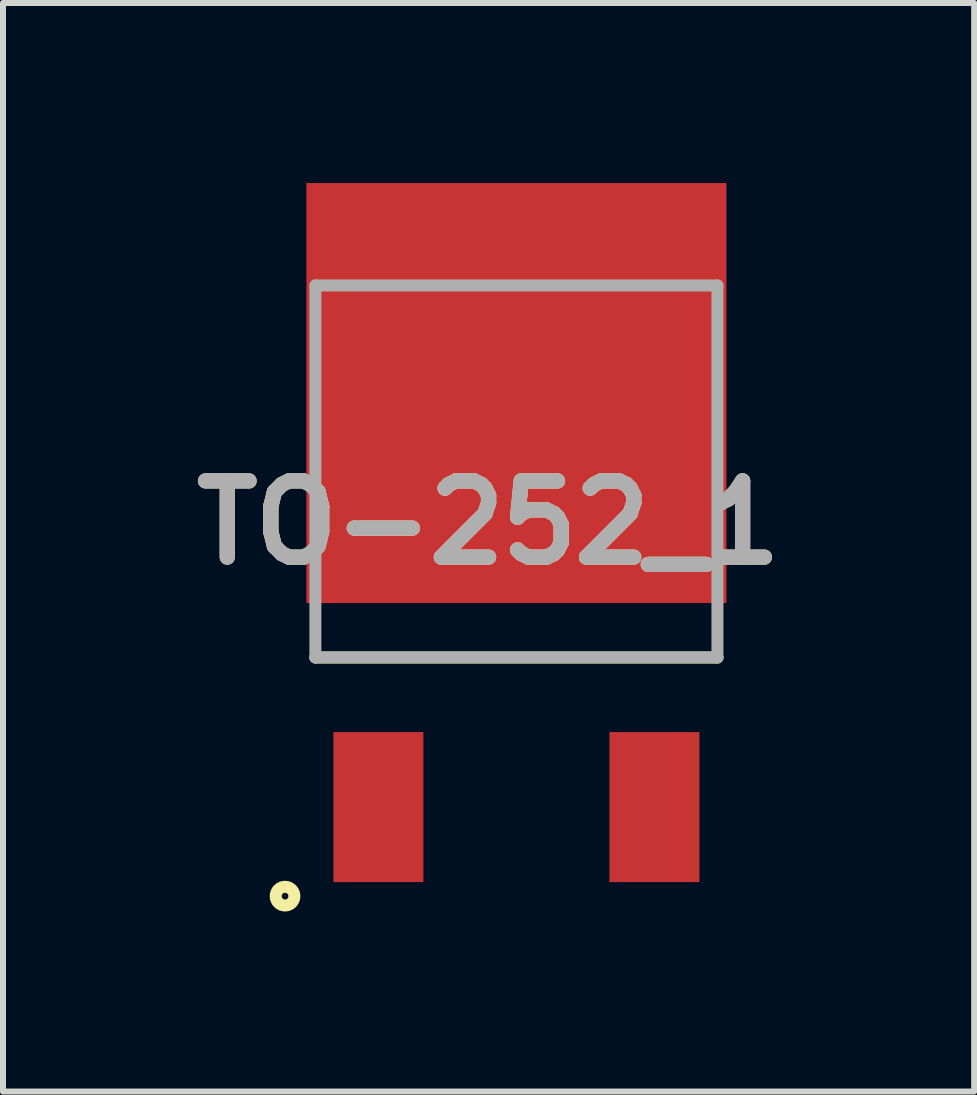
<source format=kicad_pcb>
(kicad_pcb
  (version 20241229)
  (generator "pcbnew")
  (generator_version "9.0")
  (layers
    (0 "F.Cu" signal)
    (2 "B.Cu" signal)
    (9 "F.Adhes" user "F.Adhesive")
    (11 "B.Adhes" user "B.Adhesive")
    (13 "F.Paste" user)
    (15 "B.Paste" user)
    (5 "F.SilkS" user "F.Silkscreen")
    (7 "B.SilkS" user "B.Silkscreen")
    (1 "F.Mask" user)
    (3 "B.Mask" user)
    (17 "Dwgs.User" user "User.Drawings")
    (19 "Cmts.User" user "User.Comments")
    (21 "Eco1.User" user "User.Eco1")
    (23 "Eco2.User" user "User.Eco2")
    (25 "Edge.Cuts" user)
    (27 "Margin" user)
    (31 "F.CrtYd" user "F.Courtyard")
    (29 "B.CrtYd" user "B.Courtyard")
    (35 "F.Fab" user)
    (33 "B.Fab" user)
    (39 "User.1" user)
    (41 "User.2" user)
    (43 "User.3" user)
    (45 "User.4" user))
  (footprint "TO-252_1"
    (layer "F.Cu")
    (at 5.556 7.907)
    (property "Reference" "TO-252_1" (at -0.464 -2.247 0) (layer "F.SilkS") (effects (font (size 1.27 1.27) (thickness 0.254))))
    (attr smd)
    (fp_line (start -3.35 0) (end 3.35 0) (stroke (width 0.2) (type solid)) (layer "F.SilkS"))
    (fp_circle (center -3.856 3.977) (end -3.856 4.133) (stroke (width 0.2) (type solid)) (fill no) (layer "F.SilkS"))
    (fp_line (start -3.35 -6.2) (end 3.35 -6.2) (stroke (width 0.2) (type solid)) (layer "F.Fab"))
    (fp_line (start -3.35 0) (end -3.35 -6.2) (stroke (width 0.2) (type solid)) (layer "F.Fab"))
    (fp_line (start 3.35 -6.2) (end 3.35 0) (stroke (width 0.2) (type solid)) (layer "F.Fab"))
    (fp_line (start 3.35 0) (end -3.35 0) (stroke (width 0.2) (type solid)) (layer "F.Fab"))
    (fp_text user "${REFERENCE}" (at -0.464 -2.247 0) (layer "F.Fab") (effects (font (size 1.27 1.27) (thickness 0.254))))
    (pad "1" smd rect (at -2.3 2.493) (size 1.5 2.5) (layers "F.Cu" "F.Mask" "F.Paste"))
    (pad "2" smd rect (at 2.3 2.493) (size 1.5 2.5) (layers "F.Cu" "F.Mask" "F.Paste"))
    (pad "3" smd rect (at 0 -4.407 90) (size 7 7) (layers "F.Cu" "F.Mask" "F.Paste")))
  (gr_rect
    (start -3 -3)
    (end 13.184 15.14)
    (stroke (width 0.1) (type default))
    (fill no)
    (layer "Edge.Cuts")))
</source>
